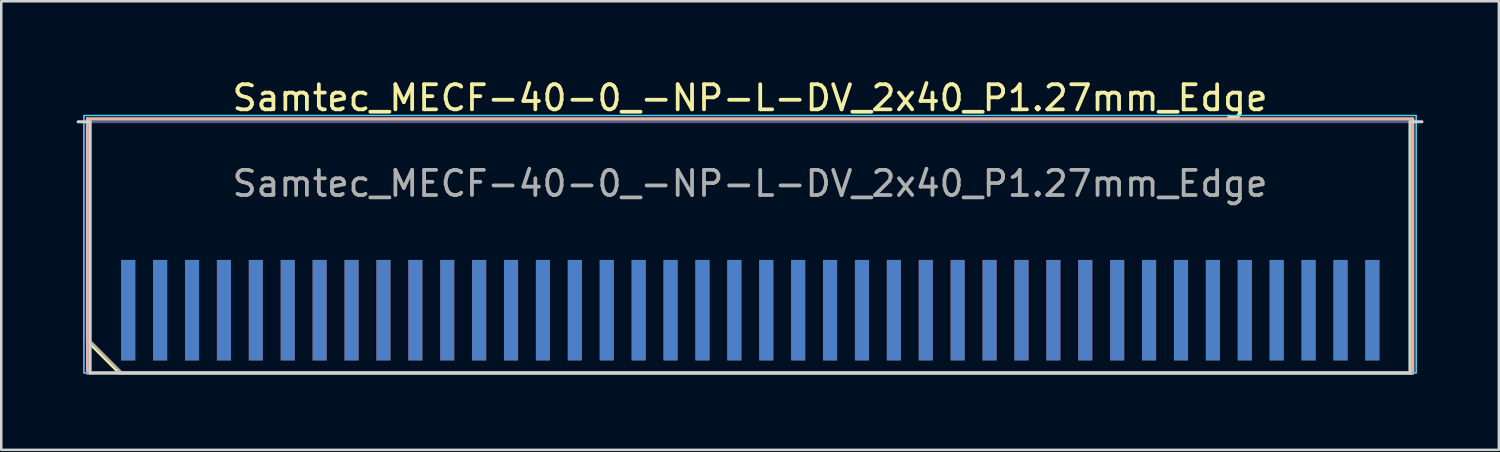
<source format=kicad_pcb>
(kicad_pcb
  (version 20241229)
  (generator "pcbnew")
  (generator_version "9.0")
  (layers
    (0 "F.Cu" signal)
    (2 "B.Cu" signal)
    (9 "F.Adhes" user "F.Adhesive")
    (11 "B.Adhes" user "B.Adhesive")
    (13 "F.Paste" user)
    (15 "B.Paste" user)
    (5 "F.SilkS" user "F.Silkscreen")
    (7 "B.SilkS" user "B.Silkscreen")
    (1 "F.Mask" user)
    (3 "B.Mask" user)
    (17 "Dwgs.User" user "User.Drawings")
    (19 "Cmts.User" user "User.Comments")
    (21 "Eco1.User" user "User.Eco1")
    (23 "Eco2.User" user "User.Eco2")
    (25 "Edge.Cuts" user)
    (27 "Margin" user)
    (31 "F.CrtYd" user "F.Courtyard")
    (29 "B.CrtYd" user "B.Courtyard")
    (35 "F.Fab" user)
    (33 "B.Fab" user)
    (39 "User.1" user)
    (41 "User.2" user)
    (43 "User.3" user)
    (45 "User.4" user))
  (footprint "Samtec_MECF-40-0_-NP-L-DV_2x40_P1.27mm_Edge"
    (layer "F.Cu")
    (at 26.81 6.798)
    (property "Reference" "Samtec_MECF-40-0_-NP-L-DV_2x40_P1.27mm_Edge" (at 0 -5.95 0) (layer "F.SilkS") (effects (font (size 1 1) (thickness 0.15))))
    (attr exclude_from_pos_files exclude_from_bom)
    (fp_line (start -26.38 -5.11) (end 26.38 -5.11) (stroke (width 0.12) (type solid)) (layer "F.SilkS"))
    (fp_line (start -26.38 3.73) (end -26.38 -5.11) (stroke (width 0.12) (type solid)) (layer "F.SilkS"))
    (fp_line (start -25.11 5) (end -26.38 3.73) (stroke (width 0.12) (type solid)) (layer "F.SilkS"))
    (fp_line (start -25.11 5) (end 26.38 5) (stroke (width 0.12) (type solid)) (layer "F.SilkS"))
    (fp_line (start 26.38 5) (end 26.38 -5.11) (stroke (width 0.12) (type solid)) (layer "F.SilkS"))
    (fp_line (start -26.38 -5.11) (end 26.38 -5.11) (stroke (width 0.12) (type solid)) (layer "B.SilkS"))
    (fp_line (start -26.38 5) (end -26.38 -5.11) (stroke (width 0.12) (type solid)) (layer "B.SilkS"))
    (fp_line (start -26.38 5) (end 26.38 5) (stroke (width 0.12) (type solid)) (layer "B.SilkS"))
    (fp_line (start 26.38 5) (end 26.38 -5.11) (stroke (width 0.12) (type solid)) (layer "B.SilkS"))
    (fp_line (start -26.75 -5) (end -26.275 -5) (stroke (width 0.12) (type solid)) (layer "Edge.Cuts"))
    (fp_line (start -26.275 5) (end -26.275 -5) (stroke (width 0.12) (type solid)) (layer "Edge.Cuts"))
    (fp_line (start -26.275 5) (end 26.275 5) (stroke (width 0.12) (type solid)) (layer "Edge.Cuts"))
    (fp_line (start 26.275 5) (end 26.275 -5) (stroke (width 0.12) (type solid)) (layer "Edge.Cuts"))
    (fp_line (start 26.75 -5) (end 26.275 -5) (stroke (width 0.12) (type solid)) (layer "Edge.Cuts"))
    (fp_rect (start -26.52 -5.25) (end 26.52 5) (stroke (width 0.05) (type solid)) (fill no) (layer "B.CrtYd"))
    (fp_rect (start -26.52 -5.25) (end 26.52 5) (stroke (width 0.05) (type solid)) (fill no) (layer "F.CrtYd"))
    (fp_line (start -26.275 -5) (end 26.275 -5) (stroke (width 0.1) (type solid)) (layer "B.Fab"))
    (fp_line (start -26.275 5) (end -26.275 -5) (stroke (width 0.1) (type solid)) (layer "B.Fab"))
    (fp_line (start -26.275 5) (end 26.275 5) (stroke (width 0.1) (type solid)) (layer "B.Fab"))
    (fp_line (start 26.275 5) (end 26.275 -5) (stroke (width 0.1) (type solid)) (layer "B.Fab"))
    (fp_line (start -26.275 -5) (end 26.275 -5) (stroke (width 0.1) (type solid)) (layer "F.Fab"))
    (fp_line (start -26.275 3.73) (end -26.275 -5) (stroke (width 0.1) (type solid)) (layer "F.Fab"))
    (fp_line (start -26.275 3.73) (end -25.005 5) (stroke (width 0.1) (type solid)) (layer "F.Fab"))
    (fp_line (start -25.005 5) (end 26.275 5) (stroke (width 0.1) (type solid)) (layer "F.Fab"))
    (fp_line (start 26.275 5) (end 26.275 -5) (stroke (width 0.1) (type solid)) (layer "F.Fab"))
    (fp_text user "${REFERENCE}" (at 0 -2.54 0) (layer "F.Fab") (effects (font (size 1 1) (thickness 0.15))))
    (pad "1" connect rect (at -24.755 2.5) (size 0.56 4) (layers "F.Cu" "F.Mask"))
    (pad "2" connect rect (at -24.755 2.5) (size 0.56 4) (layers "B.Cu" "B.Mask"))
    (pad "3" connect rect (at -23.485 2.5) (size 0.56 4) (layers "F.Cu" "F.Mask"))
    (pad "4" connect rect (at -23.485 2.5) (size 0.56 4) (layers "B.Cu" "B.Mask"))
    (pad "5" connect rect (at -22.215 2.5) (size 0.56 4) (layers "F.Cu" "F.Mask"))
    (pad "6" connect rect (at -22.215 2.5) (size 0.56 4) (layers "B.Cu" "B.Mask"))
    (pad "7" connect rect (at -20.945 2.5) (size 0.56 4) (layers "F.Cu" "F.Mask"))
    (pad "8" connect rect (at -20.945 2.5) (size 0.56 4) (layers "B.Cu" "B.Mask"))
    (pad "9" connect rect (at -19.675 2.5) (size 0.56 4) (layers "F.Cu" "F.Mask"))
    (pad "10" connect rect (at -19.675 2.5) (size 0.56 4) (layers "B.Cu" "B.Mask"))
    (pad "11" connect rect (at -18.405 2.5) (size 0.56 4) (layers "F.Cu" "F.Mask"))
    (pad "12" connect rect (at -18.405 2.5) (size 0.56 4) (layers "B.Cu" "B.Mask"))
    (pad "13" connect rect (at -17.135 2.5) (size 0.56 4) (layers "F.Cu" "F.Mask"))
    (pad "14" connect rect (at -17.135 2.5) (size 0.56 4) (layers "B.Cu" "B.Mask"))
    (pad "15" connect rect (at -15.865 2.5) (size 0.56 4) (layers "F.Cu" "F.Mask"))
    (pad "16" connect rect (at -15.865 2.5) (size 0.56 4) (layers "B.Cu" "B.Mask"))
    (pad "17" connect rect (at -14.595 2.5) (size 0.56 4) (layers "F.Cu" "F.Mask"))
    (pad "18" connect rect (at -14.595 2.5) (size 0.56 4) (layers "B.Cu" "B.Mask"))
    (pad "19" connect rect (at -13.325 2.5) (size 0.56 4) (layers "F.Cu" "F.Mask"))
    (pad "20" connect rect (at -13.325 2.5) (size 0.56 4) (layers "B.Cu" "B.Mask"))
    (pad "21" connect rect (at -12.055 2.5) (size 0.56 4) (layers "F.Cu" "F.Mask"))
    (pad "22" connect rect (at -12.055 2.5) (size 0.56 4) (layers "B.Cu" "B.Mask"))
    (pad "23" connect rect (at -10.785 2.5) (size 0.56 4) (layers "F.Cu" "F.Mask"))
    (pad "24" connect rect (at -10.785 2.5) (size 0.56 4) (layers "B.Cu" "B.Mask"))
    (pad "25" connect rect (at -9.515 2.5) (size 0.56 4) (layers "F.Cu" "F.Mask"))
    (pad "26" connect rect (at -9.515 2.5) (size 0.56 4) (layers "B.Cu" "B.Mask"))
    (pad "27" connect rect (at -8.245 2.5) (size 0.56 4) (layers "F.Cu" "F.Mask"))
    (pad "28" connect rect (at -8.245 2.5) (size 0.56 4) (layers "B.Cu" "B.Mask"))
    (pad "29" connect rect (at -6.975 2.5) (size 0.56 4) (layers "F.Cu" "F.Mask"))
    (pad "30" connect rect (at -6.975 2.5) (size 0.56 4) (layers "B.Cu" "B.Mask"))
    (pad "31" connect rect (at -5.705 2.5) (size 0.56 4) (layers "F.Cu" "F.Mask"))
    (pad "32" connect rect (at -5.705 2.5) (size 0.56 4) (layers "B.Cu" "B.Mask"))
    (pad "33" connect rect (at -4.435 2.5) (size 0.56 4) (layers "F.Cu" "F.Mask"))
    (pad "34" connect rect (at -4.435 2.5) (size 0.56 4) (layers "B.Cu" "B.Mask"))
    (pad "35" connect rect (at -3.165 2.5) (size 0.56 4) (layers "F.Cu" "F.Mask"))
    (pad "36" connect rect (at -3.165 2.5) (size 0.56 4) (layers "B.Cu" "B.Mask"))
    (pad "37" connect rect (at -1.895 2.5) (size 0.56 4) (layers "F.Cu" "F.Mask"))
    (pad "38" connect rect (at -1.895 2.5) (size 0.56 4) (layers "B.Cu" "B.Mask"))
    (pad "39" connect rect (at -0.625 2.5) (size 0.56 4) (layers "F.Cu" "F.Mask"))
    (pad "40" connect rect (at -0.625 2.5) (size 0.56 4) (layers "B.Cu" "B.Mask"))
    (pad "41" connect rect (at 0.645 2.5) (size 0.56 4) (layers "F.Cu" "F.Mask"))
    (pad "42" connect rect (at 0.645 2.5) (size 0.56 4) (layers "B.Cu" "B.Mask"))
    (pad "43" connect rect (at 1.915 2.5) (size 0.56 4) (layers "F.Cu" "F.Mask"))
    (pad "44" connect rect (at 1.915 2.5) (size 0.56 4) (layers "B.Cu" "B.Mask"))
    (pad "45" connect rect (at 3.185 2.5) (size 0.56 4) (layers "F.Cu" "F.Mask"))
    (pad "46" connect rect (at 3.185 2.5) (size 0.56 4) (layers "B.Cu" "B.Mask"))
    (pad "47" connect rect (at 4.455 2.5) (size 0.56 4) (layers "F.Cu" "F.Mask"))
    (pad "48" connect rect (at 4.455 2.5) (size 0.56 4) (layers "B.Cu" "B.Mask"))
    (pad "49" connect rect (at 5.725 2.5) (size 0.56 4) (layers "F.Cu" "F.Mask"))
    (pad "50" connect rect (at 5.725 2.5) (size 0.56 4) (layers "B.Cu" "B.Mask"))
    (pad "51" connect rect (at 6.995 2.5) (size 0.56 4) (layers "F.Cu" "F.Mask"))
    (pad "52" connect rect (at 6.995 2.5) (size 0.56 4) (layers "B.Cu" "B.Mask"))
    (pad "53" connect rect (at 8.265 2.5) (size 0.56 4) (layers "F.Cu" "F.Mask"))
    (pad "54" connect rect (at 8.265 2.5) (size 0.56 4) (layers "B.Cu" "B.Mask"))
    (pad "55" connect rect (at 9.535 2.5) (size 0.56 4) (layers "F.Cu" "F.Mask"))
    (pad "56" connect rect (at 9.535 2.5) (size 0.56 4) (layers "B.Cu" "B.Mask"))
    (pad "57" connect rect (at 10.805 2.5) (size 0.56 4) (layers "F.Cu" "F.Mask"))
    (pad "58" connect rect (at 10.805 2.5) (size 0.56 4) (layers "B.Cu" "B.Mask"))
    (pad "59" connect rect (at 12.075 2.5) (size 0.56 4) (layers "F.Cu" "F.Mask"))
    (pad "60" connect rect (at 12.075 2.5) (size 0.56 4) (layers "B.Cu" "B.Mask"))
    (pad "61" connect rect (at 13.345 2.5) (size 0.56 4) (layers "F.Cu" "F.Mask"))
    (pad "62" connect rect (at 13.345 2.5) (size 0.56 4) (layers "B.Cu" "B.Mask"))
    (pad "63" connect rect (at 14.615 2.5) (size 0.56 4) (layers "F.Cu" "F.Mask"))
    (pad "64" connect rect (at 14.615 2.5) (size 0.56 4) (layers "B.Cu" "B.Mask"))
    (pad "65" connect rect (at 15.885 2.5) (size 0.56 4) (layers "F.Cu" "F.Mask"))
    (pad "66" connect rect (at 15.885 2.5) (size 0.56 4) (layers "B.Cu" "B.Mask"))
    (pad "67" connect rect (at 17.155 2.5) (size 0.56 4) (layers "F.Cu" "F.Mask"))
    (pad "68" connect rect (at 17.155 2.5) (size 0.56 4) (layers "B.Cu" "B.Mask"))
    (pad "69" connect rect (at 18.425 2.5) (size 0.56 4) (layers "F.Cu" "F.Mask"))
    (pad "70" connect rect (at 18.425 2.5) (size 0.56 4) (layers "B.Cu" "B.Mask"))
    (pad "71" connect rect (at 19.695 2.5) (size 0.56 4) (layers "F.Cu" "F.Mask"))
    (pad "72" connect rect (at 19.695 2.5) (size 0.56 4) (layers "B.Cu" "B.Mask"))
    (pad "73" connect rect (at 20.965 2.5) (size 0.56 4) (layers "F.Cu" "F.Mask"))
    (pad "74" connect rect (at 20.965 2.5) (size 0.56 4) (layers "B.Cu" "B.Mask"))
    (pad "75" connect rect (at 22.235 2.5) (size 0.56 4) (layers "F.Cu" "F.Mask"))
    (pad "76" connect rect (at 22.235 2.5) (size 0.56 4) (layers "B.Cu" "B.Mask"))
    (pad "77" connect rect (at 23.505 2.5) (size 0.56 4) (layers "F.Cu" "F.Mask"))
    (pad "78" connect rect (at 23.505 2.5) (size 0.56 4) (layers "B.Cu" "B.Mask"))
    (pad "79" connect rect (at 24.775 2.5) (size 0.56 4) (layers "F.Cu" "F.Mask"))
    (pad "80" connect rect (at 24.775 2.5) (size 0.56 4) (layers "B.Cu" "B.Mask")))
  (gr_rect
    (start -3 -3)
    (end 56.62 14.858)
    (stroke (width 0.1) (type default))
    (fill no)
    (layer "Edge.Cuts")))
</source>
